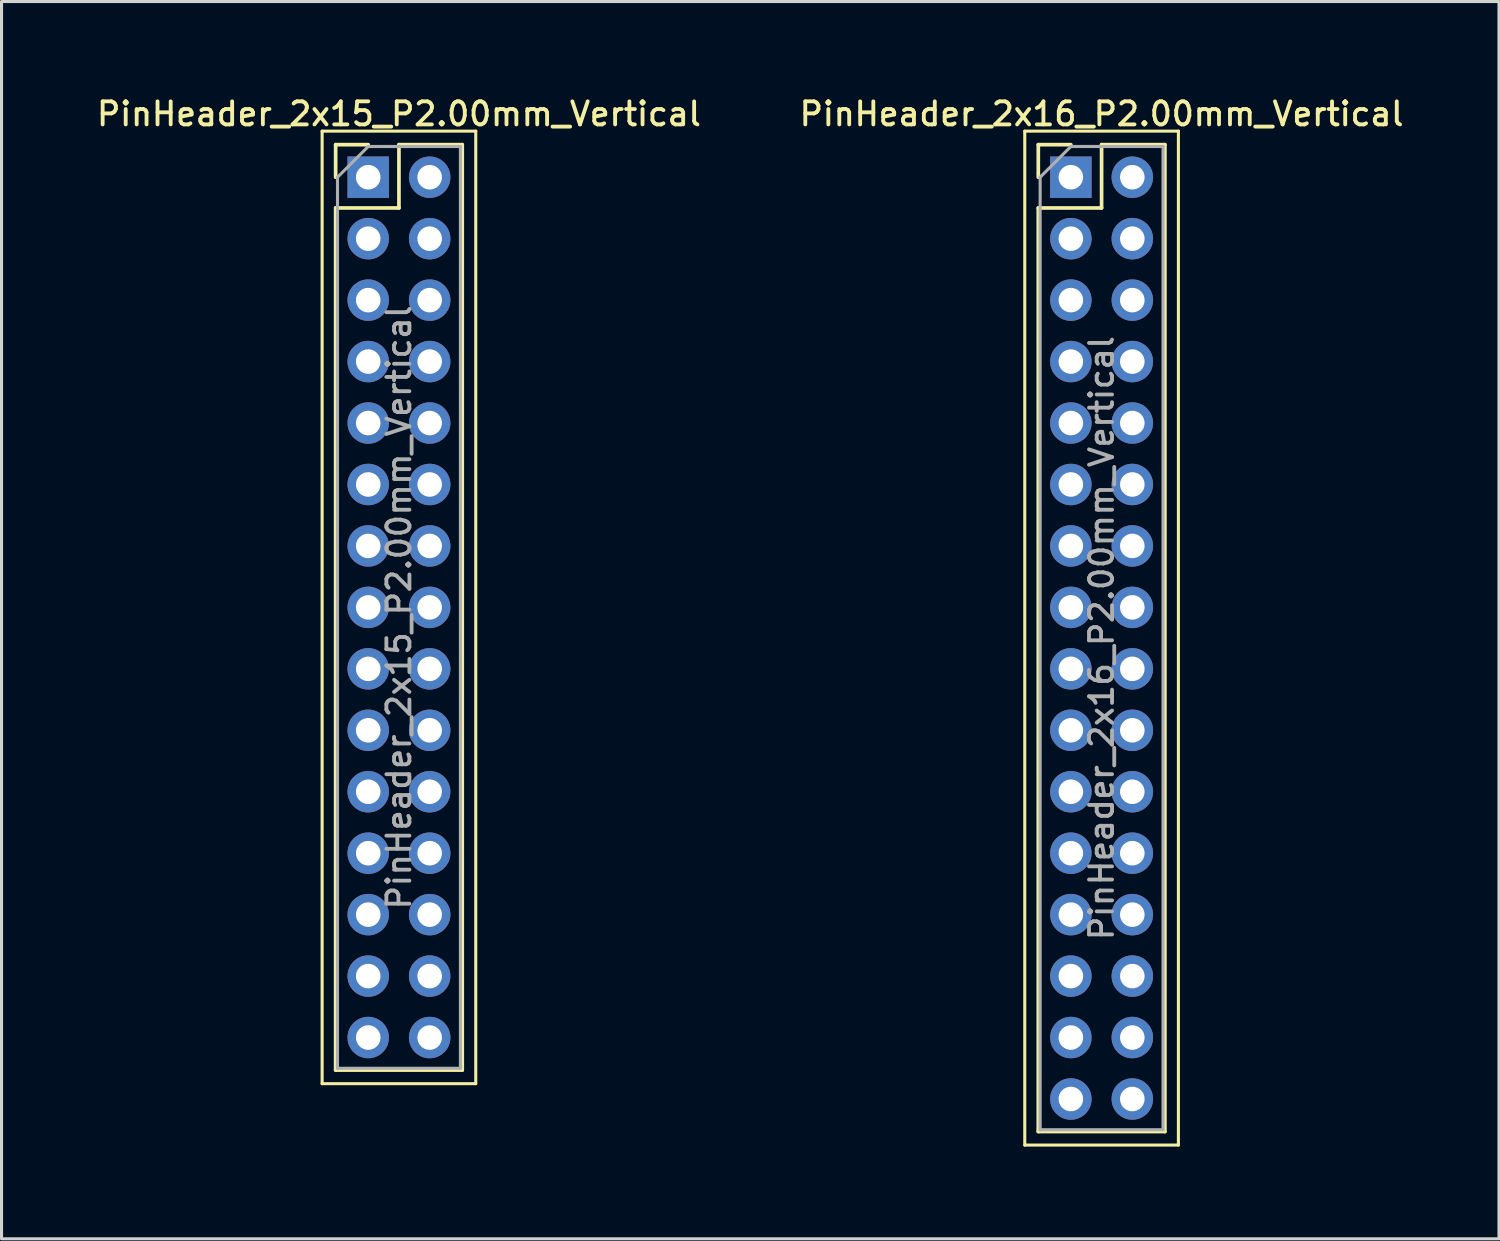
<source format=kicad_pcb>
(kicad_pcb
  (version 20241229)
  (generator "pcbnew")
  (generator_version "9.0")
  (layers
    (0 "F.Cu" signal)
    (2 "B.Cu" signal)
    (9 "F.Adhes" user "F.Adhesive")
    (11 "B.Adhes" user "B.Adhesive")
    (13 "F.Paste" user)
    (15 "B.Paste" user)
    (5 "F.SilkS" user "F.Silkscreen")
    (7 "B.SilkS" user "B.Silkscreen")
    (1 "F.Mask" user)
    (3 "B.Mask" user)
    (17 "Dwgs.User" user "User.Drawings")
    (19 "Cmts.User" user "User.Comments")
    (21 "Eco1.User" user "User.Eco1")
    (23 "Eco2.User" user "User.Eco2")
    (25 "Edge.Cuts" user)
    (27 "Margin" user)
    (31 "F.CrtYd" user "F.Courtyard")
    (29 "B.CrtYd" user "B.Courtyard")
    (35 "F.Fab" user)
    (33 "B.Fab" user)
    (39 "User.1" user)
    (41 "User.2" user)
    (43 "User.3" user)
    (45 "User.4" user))
  (footprint "PinHeader_2x15_P2.00mm_Vertical"
    (layer "F.Cu")
    (at 8.934 2.718)
    (property "Reference" "PinHeader_2x15_P2.00mm_Vertical" (at 1 -2.06 0) (layer "F.SilkS") (effects (font (size 0.75 0.75) (thickness 0.125))))
    (attr through_hole)
    (fp_line (start -1.5 -1.5) (end -1.5 29.5) (stroke (width 0.1) (type solid)) (layer "F.SilkS"))
    (fp_line (start -1.5 29.5) (end 3.5 29.5) (stroke (width 0.1) (type solid)) (layer "F.SilkS"))
    (fp_line (start -1.06 -1.06) (end 0 -1.06) (stroke (width 0.12) (type solid)) (layer "F.SilkS"))
    (fp_line (start -1.06 0) (end -1.06 -1.06) (stroke (width 0.12) (type solid)) (layer "F.SilkS"))
    (fp_line (start -1.06 1) (end -1.06 29.06) (stroke (width 0.12) (type solid)) (layer "F.SilkS"))
    (fp_line (start -1.06 1) (end 1 1) (stroke (width 0.12) (type solid)) (layer "F.SilkS"))
    (fp_line (start -1.06 29.06) (end 3.06 29.06) (stroke (width 0.12) (type solid)) (layer "F.SilkS"))
    (fp_line (start 1 -1.06) (end 3.06 -1.06) (stroke (width 0.12) (type solid)) (layer "F.SilkS"))
    (fp_line (start 1 1) (end 1 -1.06) (stroke (width 0.12) (type solid)) (layer "F.SilkS"))
    (fp_line (start 3.06 -1.06) (end 3.06 29.06) (stroke (width 0.12) (type solid)) (layer "F.SilkS"))
    (fp_line (start 3.5 -1.5) (end -1.5 -1.5) (stroke (width 0.1) (type solid)) (layer "F.SilkS"))
    (fp_line (start 3.5 29.5) (end 3.5 -1.5) (stroke (width 0.1) (type solid)) (layer "F.SilkS"))
    (fp_line (start -1 0) (end 0 -1) (stroke (width 0.1) (type solid)) (layer "F.Fab"))
    (fp_line (start -1 29) (end -1 0) (stroke (width 0.1) (type solid)) (layer "F.Fab"))
    (fp_line (start 0 -1) (end 3 -1) (stroke (width 0.1) (type solid)) (layer "F.Fab"))
    (fp_line (start 3 -1) (end 3 29) (stroke (width 0.1) (type solid)) (layer "F.Fab"))
    (fp_line (start 3 29) (end -1 29) (stroke (width 0.1) (type solid)) (layer "F.Fab"))
    (fp_text user "${REFERENCE}" (at 1 14 90) (layer "F.Fab") (effects (font (size 0.75 0.75) (thickness 0.125))))
    (pad "1" thru_hole rect (at 0 0) (size 1.35 1.35) (drill 0.8) (layers "*.Cu" "*.Mask"))
    (pad "2" thru_hole oval (at 2 0) (size 1.35 1.35) (drill 0.8) (layers "*.Cu" "*.Mask"))
    (pad "3" thru_hole oval (at 0 2) (size 1.35 1.35) (drill 0.8) (layers "*.Cu" "*.Mask"))
    (pad "4" thru_hole oval (at 2 2) (size 1.35 1.35) (drill 0.8) (layers "*.Cu" "*.Mask"))
    (pad "5" thru_hole oval (at 0 4) (size 1.35 1.35) (drill 0.8) (layers "*.Cu" "*.Mask"))
    (pad "6" thru_hole oval (at 2 4) (size 1.35 1.35) (drill 0.8) (layers "*.Cu" "*.Mask"))
    (pad "7" thru_hole oval (at 0 6) (size 1.35 1.35) (drill 0.8) (layers "*.Cu" "*.Mask"))
    (pad "8" thru_hole oval (at 2 6) (size 1.35 1.35) (drill 0.8) (layers "*.Cu" "*.Mask"))
    (pad "9" thru_hole oval (at 0 8) (size 1.35 1.35) (drill 0.8) (layers "*.Cu" "*.Mask"))
    (pad "10" thru_hole oval (at 2 8) (size 1.35 1.35) (drill 0.8) (layers "*.Cu" "*.Mask"))
    (pad "11" thru_hole oval (at 0 10) (size 1.35 1.35) (drill 0.8) (layers "*.Cu" "*.Mask"))
    (pad "12" thru_hole oval (at 2 10) (size 1.35 1.35) (drill 0.8) (layers "*.Cu" "*.Mask"))
    (pad "13" thru_hole oval (at 0 12) (size 1.35 1.35) (drill 0.8) (layers "*.Cu" "*.Mask"))
    (pad "14" thru_hole oval (at 2 12) (size 1.35 1.35) (drill 0.8) (layers "*.Cu" "*.Mask"))
    (pad "15" thru_hole oval (at 0 14) (size 1.35 1.35) (drill 0.8) (layers "*.Cu" "*.Mask"))
    (pad "16" thru_hole oval (at 2 14) (size 1.35 1.35) (drill 0.8) (layers "*.Cu" "*.Mask"))
    (pad "17" thru_hole oval (at 0 16) (size 1.35 1.35) (drill 0.8) (layers "*.Cu" "*.Mask"))
    (pad "18" thru_hole oval (at 2 16) (size 1.35 1.35) (drill 0.8) (layers "*.Cu" "*.Mask"))
    (pad "19" thru_hole oval (at 0 18) (size 1.35 1.35) (drill 0.8) (layers "*.Cu" "*.Mask"))
    (pad "20" thru_hole oval (at 2 18) (size 1.35 1.35) (drill 0.8) (layers "*.Cu" "*.Mask"))
    (pad "21" thru_hole oval (at 0 20) (size 1.35 1.35) (drill 0.8) (layers "*.Cu" "*.Mask"))
    (pad "22" thru_hole oval (at 2 20) (size 1.35 1.35) (drill 0.8) (layers "*.Cu" "*.Mask"))
    (pad "23" thru_hole oval (at 0 22) (size 1.35 1.35) (drill 0.8) (layers "*.Cu" "*.Mask"))
    (pad "24" thru_hole oval (at 2 22) (size 1.35 1.35) (drill 0.8) (layers "*.Cu" "*.Mask"))
    (pad "25" thru_hole oval (at 0 24) (size 1.35 1.35) (drill 0.8) (layers "*.Cu" "*.Mask"))
    (pad "26" thru_hole oval (at 2 24) (size 1.35 1.35) (drill 0.8) (layers "*.Cu" "*.Mask"))
    (pad "27" thru_hole oval (at 0 26) (size 1.35 1.35) (drill 0.8) (layers "*.Cu" "*.Mask"))
    (pad "28" thru_hole oval (at 2 26) (size 1.35 1.35) (drill 0.8) (layers "*.Cu" "*.Mask"))
    (pad "29" thru_hole oval (at 0 28) (size 1.35 1.35) (drill 0.8) (layers "*.Cu" "*.Mask"))
    (pad "30" thru_hole oval (at 2 28) (size 1.35 1.35) (drill 0.8) (layers "*.Cu" "*.Mask")))
  (footprint "PinHeader_2x16_P2.00mm_Vertical"
    (layer "F.Cu")
    (at 31.802 2.718)
    (property "Reference" "PinHeader_2x16_P2.00mm_Vertical" (at 1 -2.06 0) (layer "F.SilkS") (effects (font (size 0.75 0.75) (thickness 0.125))))
    (attr through_hole)
    (fp_line (start -1.5 -1.5) (end -1.5 31.5) (stroke (width 0.1) (type solid)) (layer "F.SilkS"))
    (fp_line (start -1.5 31.5) (end 3.5 31.5) (stroke (width 0.1) (type solid)) (layer "F.SilkS"))
    (fp_line (start -1.06 -1.06) (end 0 -1.06) (stroke (width 0.12) (type solid)) (layer "F.SilkS"))
    (fp_line (start -1.06 0) (end -1.06 -1.06) (stroke (width 0.12) (type solid)) (layer "F.SilkS"))
    (fp_line (start -1.06 1) (end -1.06 31.06) (stroke (width 0.12) (type solid)) (layer "F.SilkS"))
    (fp_line (start -1.06 1) (end 1 1) (stroke (width 0.12) (type solid)) (layer "F.SilkS"))
    (fp_line (start -1.06 31.06) (end 3.06 31.06) (stroke (width 0.12) (type solid)) (layer "F.SilkS"))
    (fp_line (start 1 -1.06) (end 3.06 -1.06) (stroke (width 0.12) (type solid)) (layer "F.SilkS"))
    (fp_line (start 1 1) (end 1 -1.06) (stroke (width 0.12) (type solid)) (layer "F.SilkS"))
    (fp_line (start 3.06 -1.06) (end 3.06 31.06) (stroke (width 0.12) (type solid)) (layer "F.SilkS"))
    (fp_line (start 3.5 -1.5) (end -1.5 -1.5) (stroke (width 0.1) (type solid)) (layer "F.SilkS"))
    (fp_line (start 3.5 31.5) (end 3.5 -1.5) (stroke (width 0.1) (type solid)) (layer "F.SilkS"))
    (fp_line (start -1 0) (end 0 -1) (stroke (width 0.1) (type solid)) (layer "F.Fab"))
    (fp_line (start -1 31) (end -1 0) (stroke (width 0.1) (type solid)) (layer "F.Fab"))
    (fp_line (start 0 -1) (end 3 -1) (stroke (width 0.1) (type solid)) (layer "F.Fab"))
    (fp_line (start 3 -1) (end 3 31) (stroke (width 0.1) (type solid)) (layer "F.Fab"))
    (fp_line (start 3 31) (end -1 31) (stroke (width 0.1) (type solid)) (layer "F.Fab"))
    (fp_text user "${REFERENCE}" (at 1 15 90) (layer "F.Fab") (effects (font (size 0.75 0.75) (thickness 0.125))))
    (pad "1" thru_hole rect (at 0 0) (size 1.35 1.35) (drill 0.8) (layers "*.Cu" "*.Mask"))
    (pad "2" thru_hole oval (at 2 0) (size 1.35 1.35) (drill 0.8) (layers "*.Cu" "*.Mask"))
    (pad "3" thru_hole oval (at 0 2) (size 1.35 1.35) (drill 0.8) (layers "*.Cu" "*.Mask"))
    (pad "4" thru_hole oval (at 2 2) (size 1.35 1.35) (drill 0.8) (layers "*.Cu" "*.Mask"))
    (pad "5" thru_hole oval (at 0 4) (size 1.35 1.35) (drill 0.8) (layers "*.Cu" "*.Mask"))
    (pad "6" thru_hole oval (at 2 4) (size 1.35 1.35) (drill 0.8) (layers "*.Cu" "*.Mask"))
    (pad "7" thru_hole oval (at 0 6) (size 1.35 1.35) (drill 0.8) (layers "*.Cu" "*.Mask"))
    (pad "8" thru_hole oval (at 2 6) (size 1.35 1.35) (drill 0.8) (layers "*.Cu" "*.Mask"))
    (pad "9" thru_hole oval (at 0 8) (size 1.35 1.35) (drill 0.8) (layers "*.Cu" "*.Mask"))
    (pad "10" thru_hole oval (at 2 8) (size 1.35 1.35) (drill 0.8) (layers "*.Cu" "*.Mask"))
    (pad "11" thru_hole oval (at 0 10) (size 1.35 1.35) (drill 0.8) (layers "*.Cu" "*.Mask"))
    (pad "12" thru_hole oval (at 2 10) (size 1.35 1.35) (drill 0.8) (layers "*.Cu" "*.Mask"))
    (pad "13" thru_hole oval (at 0 12) (size 1.35 1.35) (drill 0.8) (layers "*.Cu" "*.Mask"))
    (pad "14" thru_hole oval (at 2 12) (size 1.35 1.35) (drill 0.8) (layers "*.Cu" "*.Mask"))
    (pad "15" thru_hole oval (at 0 14) (size 1.35 1.35) (drill 0.8) (layers "*.Cu" "*.Mask"))
    (pad "16" thru_hole oval (at 2 14) (size 1.35 1.35) (drill 0.8) (layers "*.Cu" "*.Mask"))
    (pad "17" thru_hole oval (at 0 16) (size 1.35 1.35) (drill 0.8) (layers "*.Cu" "*.Mask"))
    (pad "18" thru_hole oval (at 2 16) (size 1.35 1.35) (drill 0.8) (layers "*.Cu" "*.Mask"))
    (pad "19" thru_hole oval (at 0 18) (size 1.35 1.35) (drill 0.8) (layers "*.Cu" "*.Mask"))
    (pad "20" thru_hole oval (at 2 18) (size 1.35 1.35) (drill 0.8) (layers "*.Cu" "*.Mask"))
    (pad "21" thru_hole oval (at 0 20) (size 1.35 1.35) (drill 0.8) (layers "*.Cu" "*.Mask"))
    (pad "22" thru_hole oval (at 2 20) (size 1.35 1.35) (drill 0.8) (layers "*.Cu" "*.Mask"))
    (pad "23" thru_hole oval (at 0 22) (size 1.35 1.35) (drill 0.8) (layers "*.Cu" "*.Mask"))
    (pad "24" thru_hole oval (at 2 22) (size 1.35 1.35) (drill 0.8) (layers "*.Cu" "*.Mask"))
    (pad "25" thru_hole oval (at 0 24) (size 1.35 1.35) (drill 0.8) (layers "*.Cu" "*.Mask"))
    (pad "26" thru_hole oval (at 2 24) (size 1.35 1.35) (drill 0.8) (layers "*.Cu" "*.Mask"))
    (pad "27" thru_hole oval (at 0 26) (size 1.35 1.35) (drill 0.8) (layers "*.Cu" "*.Mask"))
    (pad "28" thru_hole oval (at 2 26) (size 1.35 1.35) (drill 0.8) (layers "*.Cu" "*.Mask"))
    (pad "29" thru_hole oval (at 0 28) (size 1.35 1.35) (drill 0.8) (layers "*.Cu" "*.Mask"))
    (pad "30" thru_hole oval (at 2 28) (size 1.35 1.35) (drill 0.8) (layers "*.Cu" "*.Mask"))
    (pad "31" thru_hole oval (at 0 30) (size 1.35 1.35) (drill 0.8) (layers "*.Cu" "*.Mask"))
    (pad "32" thru_hole oval (at 2 30) (size 1.35 1.35) (drill 0.8) (layers "*.Cu" "*.Mask")))
  (gr_rect
    (start -3 -3)
    (end 45.736 37.268)
    (stroke (width 0.1) (type default))
    (fill no)
    (layer "Edge.Cuts")))
</source>
